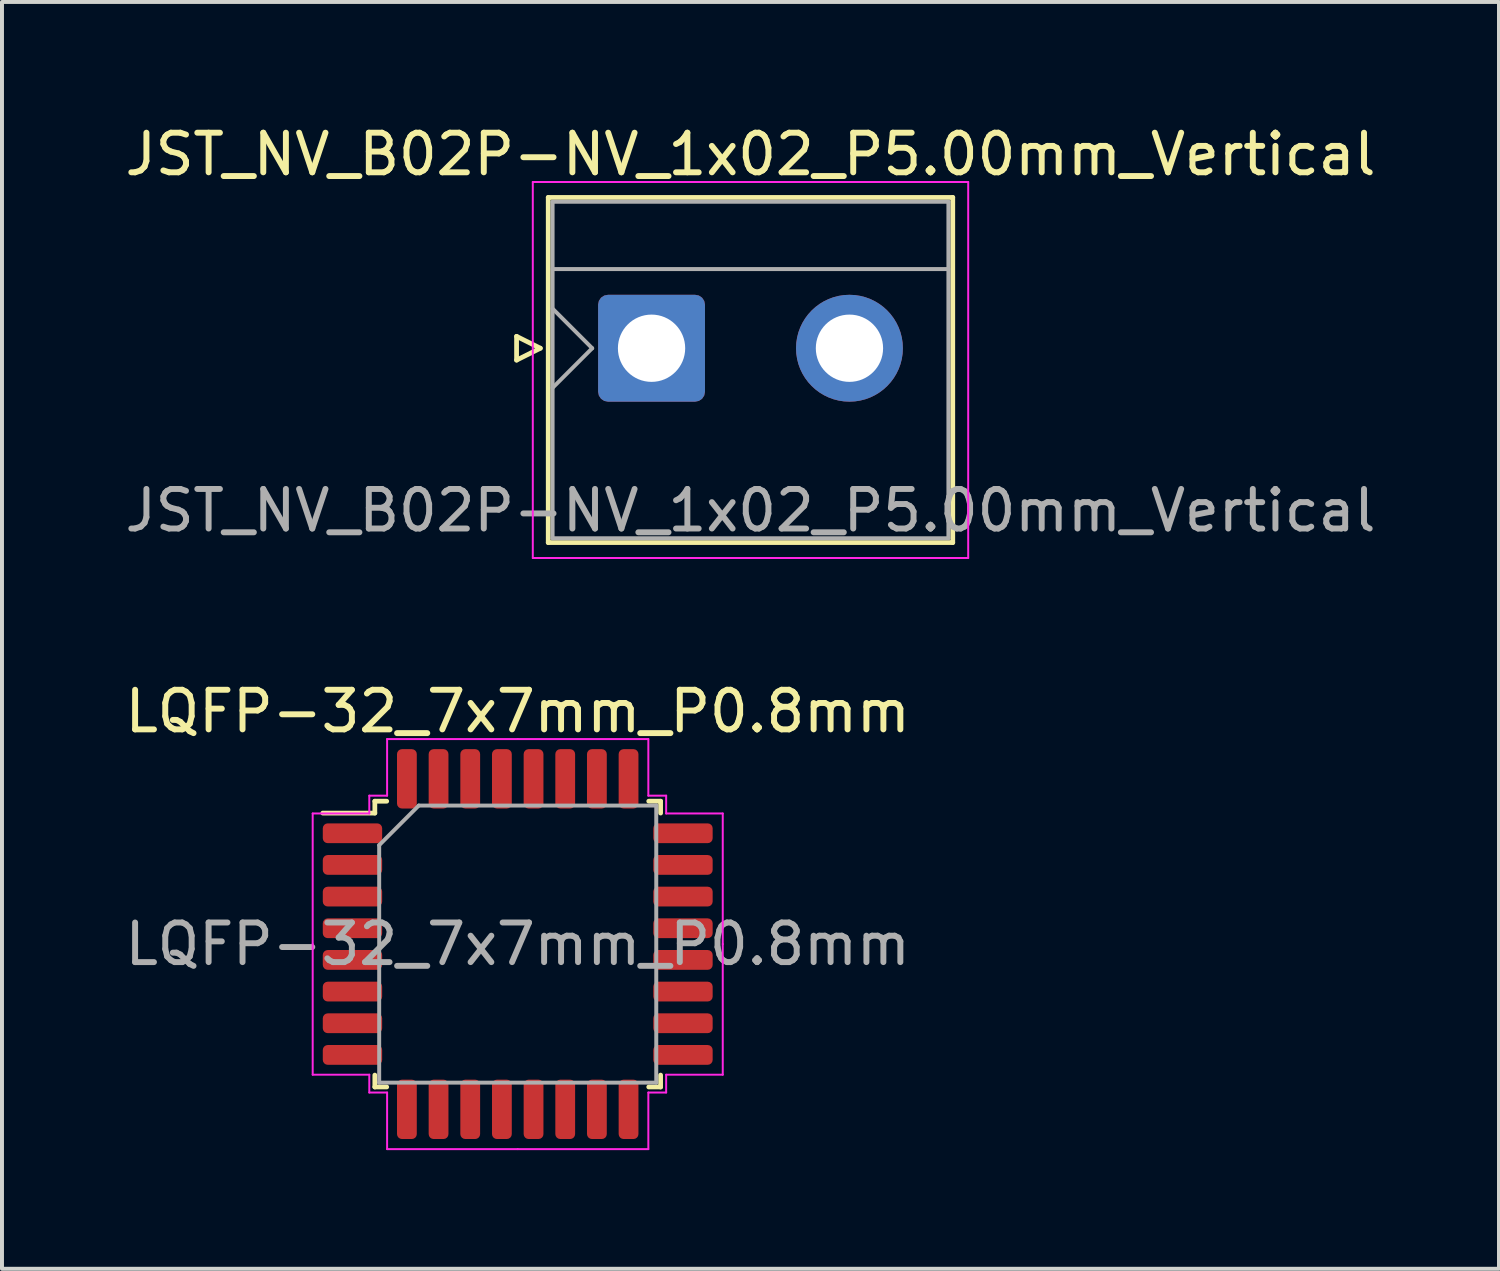
<source format=kicad_pcb>
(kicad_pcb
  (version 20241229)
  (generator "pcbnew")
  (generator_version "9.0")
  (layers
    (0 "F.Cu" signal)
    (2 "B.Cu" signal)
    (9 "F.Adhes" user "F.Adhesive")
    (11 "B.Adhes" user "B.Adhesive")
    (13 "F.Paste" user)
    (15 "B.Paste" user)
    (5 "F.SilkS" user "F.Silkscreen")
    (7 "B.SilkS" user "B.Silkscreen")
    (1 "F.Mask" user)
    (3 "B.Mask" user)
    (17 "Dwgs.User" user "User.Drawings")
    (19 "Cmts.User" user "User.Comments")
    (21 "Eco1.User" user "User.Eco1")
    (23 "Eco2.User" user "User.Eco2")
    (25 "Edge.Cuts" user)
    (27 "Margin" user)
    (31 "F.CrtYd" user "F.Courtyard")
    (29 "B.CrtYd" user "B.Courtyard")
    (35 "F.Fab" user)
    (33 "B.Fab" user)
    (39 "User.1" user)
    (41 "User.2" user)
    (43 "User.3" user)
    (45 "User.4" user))
  (footprint "JST_NV_B02P-NV_1x02_P5.00mm_Vertical"
    (layer "F.Cu")
    (at 13.411 5.748)
    (property "Reference" "JST_NV_B02P-NV_1x02_P5.00mm_Vertical" (at 2.5 -4.9 0) (layer "F.SilkS") (effects (font (size 1 1) (thickness 0.15))))
    (attr through_hole)
    (fp_line (start -3.41 -0.3) (end -2.81 0) (stroke (width 0.12) (type solid)) (layer "F.SilkS"))
    (fp_line (start -3.41 0.3) (end -3.41 -0.3) (stroke (width 0.12) (type solid)) (layer "F.SilkS"))
    (fp_line (start -2.81 0) (end -3.41 0.3) (stroke (width 0.12) (type solid)) (layer "F.SilkS"))
    (fp_line (start -2.61 -3.81) (end -2.61 4.91) (stroke (width 0.12) (type solid)) (layer "F.SilkS"))
    (fp_line (start -2.61 4.91) (end 7.61 4.91) (stroke (width 0.12) (type solid)) (layer "F.SilkS"))
    (fp_line (start 7.61 -3.81) (end -2.61 -3.81) (stroke (width 0.12) (type solid)) (layer "F.SilkS"))
    (fp_line (start 7.61 4.91) (end 7.61 -3.81) (stroke (width 0.12) (type solid)) (layer "F.SilkS"))
    (fp_line (start -3 -4.2) (end -3 5.3) (stroke (width 0.05) (type solid)) (layer "F.CrtYd"))
    (fp_line (start -3 5.3) (end 8 5.3) (stroke (width 0.05) (type solid)) (layer "F.CrtYd"))
    (fp_line (start 8 -4.2) (end -3 -4.2) (stroke (width 0.05) (type solid)) (layer "F.CrtYd"))
    (fp_line (start 8 5.3) (end 8 -4.2) (stroke (width 0.05) (type solid)) (layer "F.CrtYd"))
    (fp_line (start -2.5 -3.7) (end -2.5 4.8) (stroke (width 0.1) (type solid)) (layer "F.Fab"))
    (fp_line (start -2.5 -2) (end 7.5 -2) (stroke (width 0.1) (type solid)) (layer "F.Fab"))
    (fp_line (start -2.5 -1) (end -1.5 0) (stroke (width 0.1) (type solid)) (layer "F.Fab"))
    (fp_line (start -2.5 1) (end -1.5 0) (stroke (width 0.1) (type solid)) (layer "F.Fab"))
    (fp_line (start -2.5 4.8) (end 7.5 4.8) (stroke (width 0.1) (type solid)) (layer "F.Fab"))
    (fp_line (start 7.5 -3.7) (end -2.5 -3.7) (stroke (width 0.1) (type solid)) (layer "F.Fab"))
    (fp_line (start 7.5 4.8) (end 7.5 -3.7) (stroke (width 0.1) (type solid)) (layer "F.Fab"))
    (fp_text user "${REFERENCE}" (at 2.5 4.1 0) (layer "F.Fab") (effects (font (size 1 1) (thickness 0.15))))
    (pad "1" thru_hole roundrect (at 0 0) (size 2.7 2.7) (drill 1.7) (layers "*.Cu" "*.Mask") (roundrect_rratio 0.093))
    (pad "2" thru_hole circle (at 5 0) (size 2.7 2.7) (drill 1.7) (layers "*.Cu" "*.Mask")))
  (footprint "LQFP-32_7x7mm_P0.8mm"
    (layer "F.Cu")
    (at 10.03 20.802)
    (property "Reference" "LQFP-32_7x7mm_P0.8mm" (at 0 -5.88 0) (layer "F.SilkS") (effects (font (size 1 1) (thickness 0.15))))
    (attr smd)
    (fp_line (start -3.61 -3.61) (end -3.61 -3.31) (stroke (width 0.12) (type solid)) (layer "F.SilkS"))
    (fp_line (start -3.61 -3.31) (end -4.925 -3.31) (stroke (width 0.12) (type solid)) (layer "F.SilkS"))
    (fp_line (start -3.61 3.61) (end -3.61 3.31) (stroke (width 0.12) (type solid)) (layer "F.SilkS"))
    (fp_line (start -3.31 -3.61) (end -3.61 -3.61) (stroke (width 0.12) (type solid)) (layer "F.SilkS"))
    (fp_line (start -3.31 3.61) (end -3.61 3.61) (stroke (width 0.12) (type solid)) (layer "F.SilkS"))
    (fp_line (start 3.31 -3.61) (end 3.61 -3.61) (stroke (width 0.12) (type solid)) (layer "F.SilkS"))
    (fp_line (start 3.31 3.61) (end 3.61 3.61) (stroke (width 0.12) (type solid)) (layer "F.SilkS"))
    (fp_line (start 3.61 -3.61) (end 3.61 -3.31) (stroke (width 0.12) (type solid)) (layer "F.SilkS"))
    (fp_line (start 3.61 3.61) (end 3.61 3.31) (stroke (width 0.12) (type solid)) (layer "F.SilkS"))
    (fp_line (start -5.18 -3.3) (end -5.18 0) (stroke (width 0.05) (type solid)) (layer "F.CrtYd"))
    (fp_line (start -5.18 3.3) (end -5.18 0) (stroke (width 0.05) (type solid)) (layer "F.CrtYd"))
    (fp_line (start -3.75 -3.75) (end -3.75 -3.3) (stroke (width 0.05) (type solid)) (layer "F.CrtYd"))
    (fp_line (start -3.75 -3.3) (end -5.18 -3.3) (stroke (width 0.05) (type solid)) (layer "F.CrtYd"))
    (fp_line (start -3.75 3.3) (end -5.18 3.3) (stroke (width 0.05) (type solid)) (layer "F.CrtYd"))
    (fp_line (start -3.75 3.75) (end -3.75 3.3) (stroke (width 0.05) (type solid)) (layer "F.CrtYd"))
    (fp_line (start -3.3 -5.18) (end -3.3 -3.75) (stroke (width 0.05) (type solid)) (layer "F.CrtYd"))
    (fp_line (start -3.3 -3.75) (end -3.75 -3.75) (stroke (width 0.05) (type solid)) (layer "F.CrtYd"))
    (fp_line (start -3.3 3.75) (end -3.75 3.75) (stroke (width 0.05) (type solid)) (layer "F.CrtYd"))
    (fp_line (start -3.3 5.18) (end -3.3 3.75) (stroke (width 0.05) (type solid)) (layer "F.CrtYd"))
    (fp_line (start 0 -5.18) (end -3.3 -5.18) (stroke (width 0.05) (type solid)) (layer "F.CrtYd"))
    (fp_line (start 0 -5.18) (end 3.3 -5.18) (stroke (width 0.05) (type solid)) (layer "F.CrtYd"))
    (fp_line (start 0 5.18) (end -3.3 5.18) (stroke (width 0.05) (type solid)) (layer "F.CrtYd"))
    (fp_line (start 0 5.18) (end 3.3 5.18) (stroke (width 0.05) (type solid)) (layer "F.CrtYd"))
    (fp_line (start 3.3 -5.18) (end 3.3 -3.75) (stroke (width 0.05) (type solid)) (layer "F.CrtYd"))
    (fp_line (start 3.3 -3.75) (end 3.75 -3.75) (stroke (width 0.05) (type solid)) (layer "F.CrtYd"))
    (fp_line (start 3.3 3.75) (end 3.75 3.75) (stroke (width 0.05) (type solid)) (layer "F.CrtYd"))
    (fp_line (start 3.3 5.18) (end 3.3 3.75) (stroke (width 0.05) (type solid)) (layer "F.CrtYd"))
    (fp_line (start 3.75 -3.75) (end 3.75 -3.3) (stroke (width 0.05) (type solid)) (layer "F.CrtYd"))
    (fp_line (start 3.75 -3.3) (end 5.18 -3.3) (stroke (width 0.05) (type solid)) (layer "F.CrtYd"))
    (fp_line (start 3.75 3.3) (end 5.18 3.3) (stroke (width 0.05) (type solid)) (layer "F.CrtYd"))
    (fp_line (start 3.75 3.75) (end 3.75 3.3) (stroke (width 0.05) (type solid)) (layer "F.CrtYd"))
    (fp_line (start 5.18 -3.3) (end 5.18 0) (stroke (width 0.05) (type solid)) (layer "F.CrtYd"))
    (fp_line (start 5.18 3.3) (end 5.18 0) (stroke (width 0.05) (type solid)) (layer "F.CrtYd"))
    (fp_line (start -3.5 -2.5) (end -2.5 -3.5) (stroke (width 0.1) (type solid)) (layer "F.Fab"))
    (fp_line (start -3.5 3.5) (end -3.5 -2.5) (stroke (width 0.1) (type solid)) (layer "F.Fab"))
    (fp_line (start -2.5 -3.5) (end 3.5 -3.5) (stroke (width 0.1) (type solid)) (layer "F.Fab"))
    (fp_line (start 3.5 -3.5) (end 3.5 3.5) (stroke (width 0.1) (type solid)) (layer "F.Fab"))
    (fp_line (start 3.5 3.5) (end -3.5 3.5) (stroke (width 0.1) (type solid)) (layer "F.Fab"))
    (fp_text user "${REFERENCE}" (at 0 0 0) (layer "F.Fab") (effects (font (size 1 1) (thickness 0.15))))
    (pad "1" smd roundrect (at -4.175 -2.8) (size 1.5 0.5) (layers "F.Cu" "F.Mask" "F.Paste") (roundrect_rratio 0.25))
    (pad "2" smd roundrect (at -4.175 -2) (size 1.5 0.5) (layers "F.Cu" "F.Mask" "F.Paste") (roundrect_rratio 0.25))
    (pad "3" smd roundrect (at -4.175 -1.2) (size 1.5 0.5) (layers "F.Cu" "F.Mask" "F.Paste") (roundrect_rratio 0.25))
    (pad "4" smd roundrect (at -4.175 -0.4) (size 1.5 0.5) (layers "F.Cu" "F.Mask" "F.Paste") (roundrect_rratio 0.25))
    (pad "5" smd roundrect (at -4.175 0.4) (size 1.5 0.5) (layers "F.Cu" "F.Mask" "F.Paste") (roundrect_rratio 0.25))
    (pad "6" smd roundrect (at -4.175 1.2) (size 1.5 0.5) (layers "F.Cu" "F.Mask" "F.Paste") (roundrect_rratio 0.25))
    (pad "7" smd roundrect (at -4.175 2) (size 1.5 0.5) (layers "F.Cu" "F.Mask" "F.Paste") (roundrect_rratio 0.25))
    (pad "8" smd roundrect (at -4.175 2.8) (size 1.5 0.5) (layers "F.Cu" "F.Mask" "F.Paste") (roundrect_rratio 0.25))
    (pad "9" smd roundrect (at -2.8 4.175) (size 0.5 1.5) (layers "F.Cu" "F.Mask" "F.Paste") (roundrect_rratio 0.25))
    (pad "10" smd roundrect (at -2 4.175) (size 0.5 1.5) (layers "F.Cu" "F.Mask" "F.Paste") (roundrect_rratio 0.25))
    (pad "11" smd roundrect (at -1.2 4.175) (size 0.5 1.5) (layers "F.Cu" "F.Mask" "F.Paste") (roundrect_rratio 0.25))
    (pad "12" smd roundrect (at -0.4 4.175) (size 0.5 1.5) (layers "F.Cu" "F.Mask" "F.Paste") (roundrect_rratio 0.25))
    (pad "13" smd roundrect (at 0.4 4.175) (size 0.5 1.5) (layers "F.Cu" "F.Mask" "F.Paste") (roundrect_rratio 0.25))
    (pad "14" smd roundrect (at 1.2 4.175) (size 0.5 1.5) (layers "F.Cu" "F.Mask" "F.Paste") (roundrect_rratio 0.25))
    (pad "15" smd roundrect (at 2 4.175) (size 0.5 1.5) (layers "F.Cu" "F.Mask" "F.Paste") (roundrect_rratio 0.25))
    (pad "16" smd roundrect (at 2.8 4.175) (size 0.5 1.5) (layers "F.Cu" "F.Mask" "F.Paste") (roundrect_rratio 0.25))
    (pad "17" smd roundrect (at 4.175 2.8) (size 1.5 0.5) (layers "F.Cu" "F.Mask" "F.Paste") (roundrect_rratio 0.25))
    (pad "18" smd roundrect (at 4.175 2) (size 1.5 0.5) (layers "F.Cu" "F.Mask" "F.Paste") (roundrect_rratio 0.25))
    (pad "19" smd roundrect (at 4.175 1.2) (size 1.5 0.5) (layers "F.Cu" "F.Mask" "F.Paste") (roundrect_rratio 0.25))
    (pad "20" smd roundrect (at 4.175 0.4) (size 1.5 0.5) (layers "F.Cu" "F.Mask" "F.Paste") (roundrect_rratio 0.25))
    (pad "21" smd roundrect (at 4.175 -0.4) (size 1.5 0.5) (layers "F.Cu" "F.Mask" "F.Paste") (roundrect_rratio 0.25))
    (pad "22" smd roundrect (at 4.175 -1.2) (size 1.5 0.5) (layers "F.Cu" "F.Mask" "F.Paste") (roundrect_rratio 0.25))
    (pad "23" smd roundrect (at 4.175 -2) (size 1.5 0.5) (layers "F.Cu" "F.Mask" "F.Paste") (roundrect_rratio 0.25))
    (pad "24" smd roundrect (at 4.175 -2.8) (size 1.5 0.5) (layers "F.Cu" "F.Mask" "F.Paste") (roundrect_rratio 0.25))
    (pad "25" smd roundrect (at 2.8 -4.175) (size 0.5 1.5) (layers "F.Cu" "F.Mask" "F.Paste") (roundrect_rratio 0.25))
    (pad "26" smd roundrect (at 2 -4.175) (size 0.5 1.5) (layers "F.Cu" "F.Mask" "F.Paste") (roundrect_rratio 0.25))
    (pad "27" smd roundrect (at 1.2 -4.175) (size 0.5 1.5) (layers "F.Cu" "F.Mask" "F.Paste") (roundrect_rratio 0.25))
    (pad "28" smd roundrect (at 0.4 -4.175) (size 0.5 1.5) (layers "F.Cu" "F.Mask" "F.Paste") (roundrect_rratio 0.25))
    (pad "29" smd roundrect (at -0.4 -4.175) (size 0.5 1.5) (layers "F.Cu" "F.Mask" "F.Paste") (roundrect_rratio 0.25))
    (pad "30" smd roundrect (at -1.2 -4.175) (size 0.5 1.5) (layers "F.Cu" "F.Mask" "F.Paste") (roundrect_rratio 0.25))
    (pad "31" smd roundrect (at -2 -4.175) (size 0.5 1.5) (layers "F.Cu" "F.Mask" "F.Paste") (roundrect_rratio 0.25))
    (pad "32" smd roundrect (at -2.8 -4.175) (size 0.5 1.5) (layers "F.Cu" "F.Mask" "F.Paste") (roundrect_rratio 0.25)))
  (gr_rect
    (start -3 -3)
    (end 34.821 29.006)
    (stroke (width 0.1) (type default))
    (fill no)
    (layer "Edge.Cuts")))
</source>
